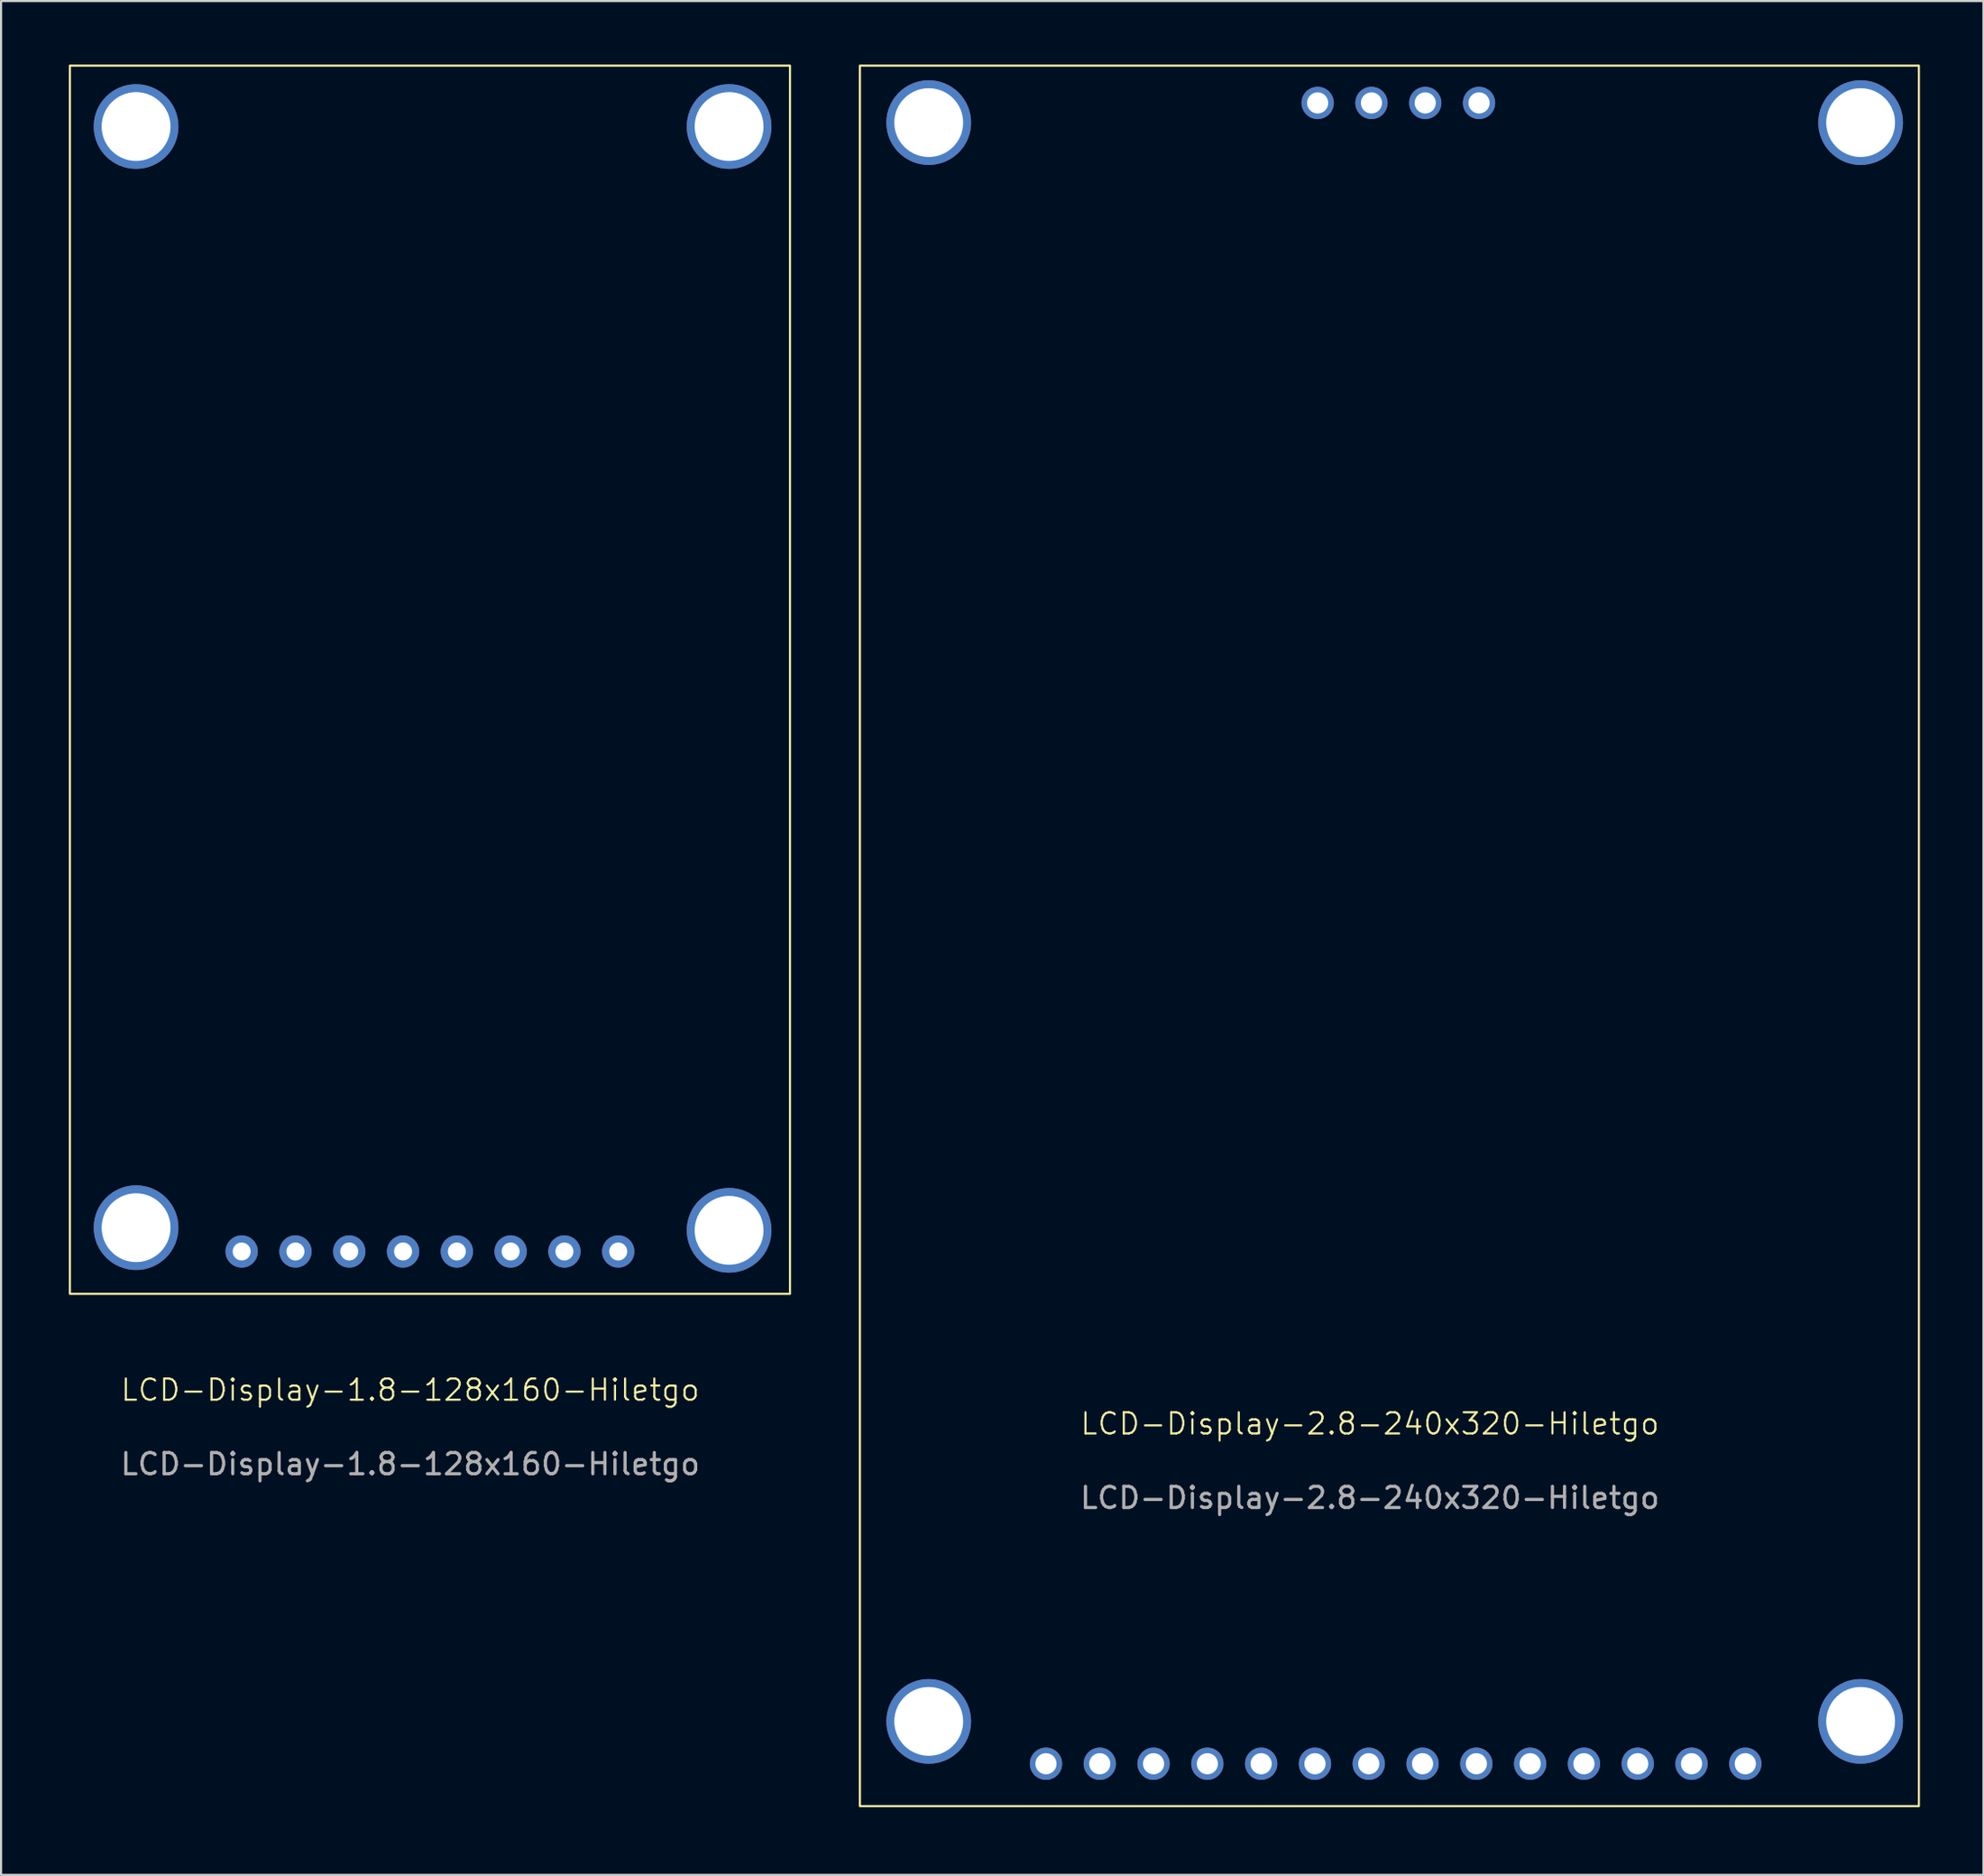
<source format=kicad_pcb>
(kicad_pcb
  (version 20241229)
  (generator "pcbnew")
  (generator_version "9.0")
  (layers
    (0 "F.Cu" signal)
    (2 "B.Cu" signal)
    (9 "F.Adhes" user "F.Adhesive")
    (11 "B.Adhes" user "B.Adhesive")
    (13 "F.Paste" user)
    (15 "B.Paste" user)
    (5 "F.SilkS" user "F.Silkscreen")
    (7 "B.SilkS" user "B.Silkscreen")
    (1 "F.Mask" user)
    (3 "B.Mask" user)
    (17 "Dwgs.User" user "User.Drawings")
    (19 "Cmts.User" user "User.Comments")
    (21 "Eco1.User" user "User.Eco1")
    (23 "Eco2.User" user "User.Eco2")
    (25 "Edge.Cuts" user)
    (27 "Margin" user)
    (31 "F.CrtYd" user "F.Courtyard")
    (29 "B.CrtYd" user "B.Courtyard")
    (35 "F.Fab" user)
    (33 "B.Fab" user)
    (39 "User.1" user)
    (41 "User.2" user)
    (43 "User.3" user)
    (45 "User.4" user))
  (footprint "LCD-Display-1.8-128x160-Hiletgo"
    (layer "F.Cu")
    (at 0.25 58.05)
    (property "Reference" "LCD-Display-1.8-128x160-Hiletgo" (at 16.07 4.54 0) (unlocked yes) (layer "F.SilkS") (effects (font (size 1 1) (thickness 0.1))))
    (attr through_hole)
    (fp_rect (start 0 -58) (end 34 0) (stroke (width 0.1) (type default)) (fill no) (layer "F.SilkS"))
    (fp_text user "${REFERENCE}" (at 16.07 8.04 0) (unlocked yes) (layer "F.Fab") (effects (font (size 1 1) (thickness 0.15))))
    (pad "" np_thru_hole circle (at 3.125 -55.125) (size 4 4) (drill 3.25) (layers "*.Cu" "*.Mask"))
    (pad "" np_thru_hole circle (at 3.125 -3.125) (size 4 4) (drill 3.25) (layers "*.Cu" "*.Mask"))
    (pad "" np_thru_hole circle (at 31.125 -55.125) (size 4 4) (drill 3.25) (layers "*.Cu" "*.Mask"))
    (pad "" np_thru_hole circle (at 31.125 -3) (size 4 4) (drill 3.25) (layers "*.Cu" "*.Mask"))
    (pad "1" thru_hole circle (at 8.11 -2) (size 1.524 1.524) (drill 0.85) (layers "*.Cu" "*.Mask"))
    (pad "2" thru_hole circle (at 10.65 -2) (size 1.524 1.524) (drill 0.85) (layers "*.Cu" "*.Mask"))
    (pad "3" thru_hole circle (at 13.19 -2) (size 1.524 1.524) (drill 0.85) (layers "*.Cu" "*.Mask"))
    (pad "4" thru_hole circle (at 15.73 -2) (size 1.524 1.524) (drill 0.85) (layers "*.Cu" "*.Mask"))
    (pad "5" thru_hole circle (at 18.27 -2) (size 1.524 1.524) (drill 0.85) (layers "*.Cu" "*.Mask"))
    (pad "6" thru_hole circle (at 20.81 -2) (size 1.524 1.524) (drill 0.85) (layers "*.Cu" "*.Mask"))
    (pad "7" thru_hole circle (at 23.35 -2) (size 1.524 1.524) (drill 0.85) (layers "*.Cu" "*.Mask"))
    (pad "8" thru_hole circle (at 25.89 -2) (size 1.524 1.524) (drill 0.85) (layers "*.Cu" "*.Mask")))
  (footprint "LCD-Display-2.8-240x320-Hiletgo"
    (layer "F.Cu")
    (at 37.55 82.24)
    (property "Reference" "LCD-Display-2.8-240x320-Hiletgo" (at 24.08 -18.055 0) (unlocked yes) (layer "F.SilkS") (effects (font (size 1 1) (thickness 0.1))))
    (attr through_hole)
    (fp_rect (start 0 -82.19) (end 50 0) (stroke (width 0.1) (type default)) (fill no) (layer "F.SilkS"))
    (fp_text user "${REFERENCE}" (at 24.08 -14.555 0) (unlocked yes) (layer "F.Fab") (effects (font (size 1 1) (thickness 0.15))))
    (pad "" np_thru_hole circle (at 3.25 -79.5) (size 4 4) (drill 3.25) (layers "*.Cu" "*.Mask"))
    (pad "" np_thru_hole circle (at 3.25 -4) (size 4 4) (drill 3.25) (layers "*.Cu" "*.Mask"))
    (pad "" np_thru_hole circle (at 47.25 -79.5) (size 4 4) (drill 3.25) (layers "*.Cu" "*.Mask"))
    (pad "" np_thru_hole circle (at 47.25 -4) (size 4 4) (drill 3.25) (layers "*.Cu" "*.Mask"))
    (pad "1" thru_hole circle (at 8.786 -2) (size 1.524 1.524) (drill 1) (layers "*.Cu" "*.Mask"))
    (pad "2" thru_hole circle (at 11.326 -2) (size 1.524 1.524) (drill 1) (layers "*.Cu" "*.Mask"))
    (pad "3" thru_hole circle (at 13.866 -2) (size 1.524 1.524) (drill 1) (layers "*.Cu" "*.Mask"))
    (pad "4" thru_hole circle (at 16.406 -2) (size 1.524 1.524) (drill 1) (layers "*.Cu" "*.Mask"))
    (pad "5" thru_hole circle (at 18.946 -2) (size 1.524 1.524) (drill 1) (layers "*.Cu" "*.Mask"))
    (pad "6" thru_hole circle (at 21.486 -2) (size 1.524 1.524) (drill 1) (layers "*.Cu" "*.Mask"))
    (pad "7" thru_hole circle (at 24.026 -2) (size 1.524 1.524) (drill 1) (layers "*.Cu" "*.Mask"))
    (pad "8" thru_hole circle (at 26.566 -2) (size 1.524 1.524) (drill 1) (layers "*.Cu" "*.Mask"))
    (pad "9" thru_hole circle (at 29.106 -2) (size 1.524 1.524) (drill 1) (layers "*.Cu" "*.Mask"))
    (pad "10" thru_hole circle (at 31.646 -2) (size 1.524 1.524) (drill 1) (layers "*.Cu" "*.Mask"))
    (pad "11" thru_hole circle (at 34.186 -2) (size 1.524 1.524) (drill 1) (layers "*.Cu" "*.Mask"))
    (pad "12" thru_hole circle (at 36.726 -2) (size 1.524 1.524) (drill 1) (layers "*.Cu" "*.Mask"))
    (pad "13" thru_hole circle (at 39.266 -2) (size 1.524 1.524) (drill 1) (layers "*.Cu" "*.Mask"))
    (pad "14" thru_hole circle (at 41.806 -2) (size 1.524 1.524) (drill 1) (layers "*.Cu" "*.Mask"))
    (pad "15" thru_hole circle (at 29.233 -80.43) (size 1.524 1.524) (drill 1) (layers "*.Cu" "*.Mask"))
    (pad "16" thru_hole circle (at 26.693 -80.43) (size 1.524 1.524) (drill 1) (layers "*.Cu" "*.Mask"))
    (pad "17" thru_hole circle (at 24.153 -80.43) (size 1.524 1.524) (drill 1) (layers "*.Cu" "*.Mask"))
    (pad "18" thru_hole circle (at 21.613 -80.43) (size 1.524 1.524) (drill 1) (layers "*.Cu" "*.Mask")))
  (gr_rect
    (start -3 -3)
    (end 90.6 85.49)
    (stroke (width 0.1) (type default))
    (fill no)
    (layer "Edge.Cuts")))
</source>
